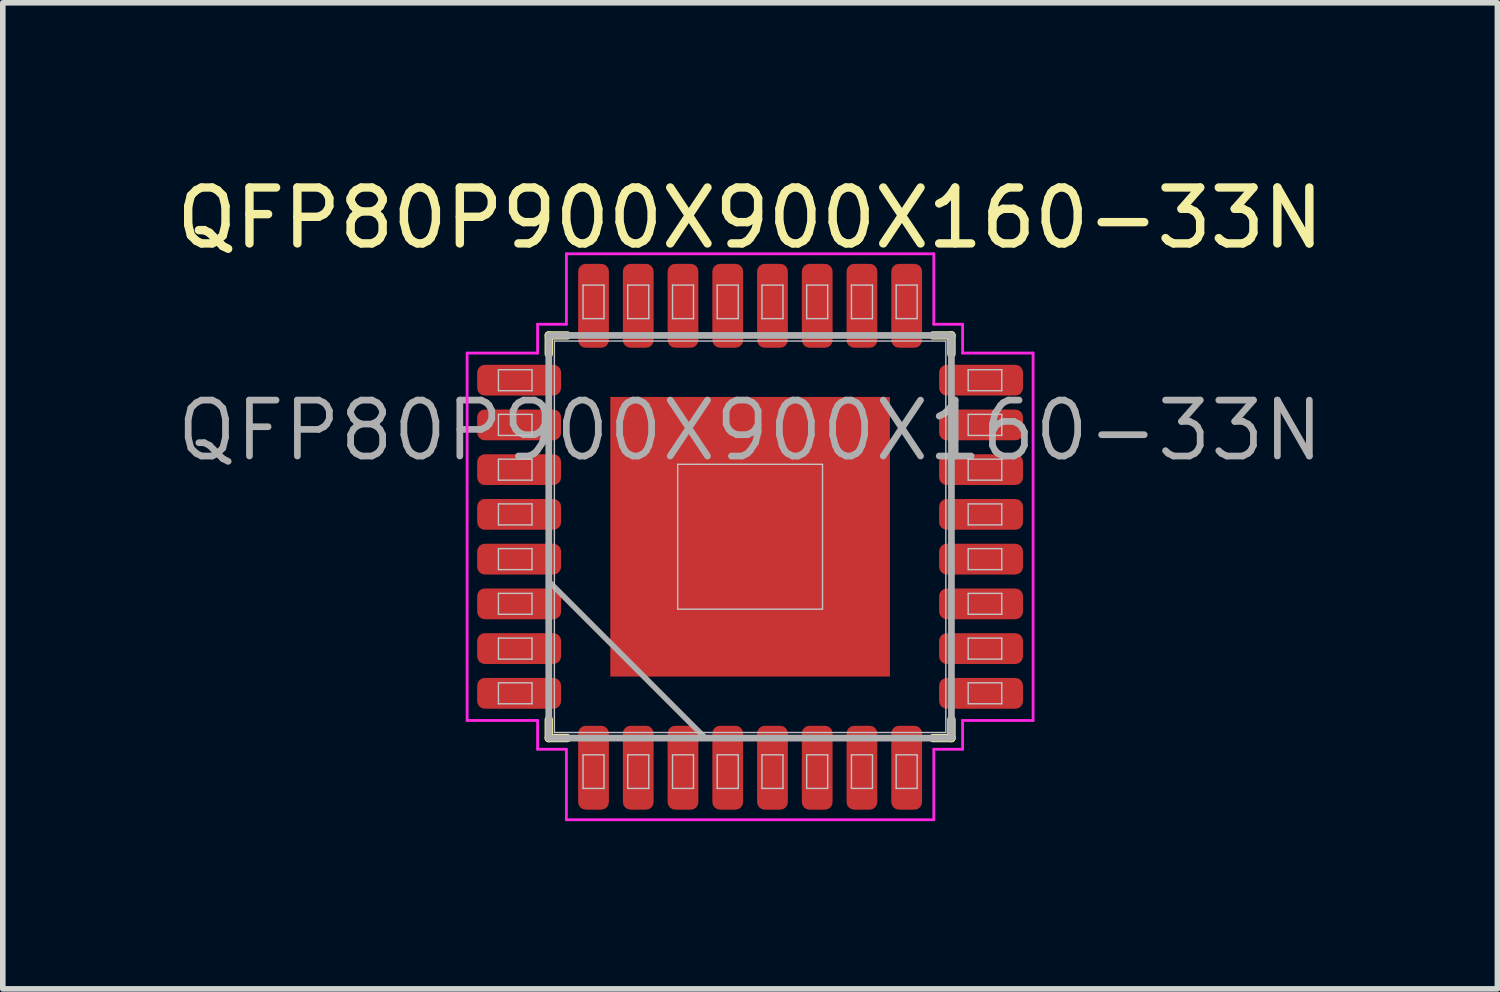
<source format=kicad_pcb>
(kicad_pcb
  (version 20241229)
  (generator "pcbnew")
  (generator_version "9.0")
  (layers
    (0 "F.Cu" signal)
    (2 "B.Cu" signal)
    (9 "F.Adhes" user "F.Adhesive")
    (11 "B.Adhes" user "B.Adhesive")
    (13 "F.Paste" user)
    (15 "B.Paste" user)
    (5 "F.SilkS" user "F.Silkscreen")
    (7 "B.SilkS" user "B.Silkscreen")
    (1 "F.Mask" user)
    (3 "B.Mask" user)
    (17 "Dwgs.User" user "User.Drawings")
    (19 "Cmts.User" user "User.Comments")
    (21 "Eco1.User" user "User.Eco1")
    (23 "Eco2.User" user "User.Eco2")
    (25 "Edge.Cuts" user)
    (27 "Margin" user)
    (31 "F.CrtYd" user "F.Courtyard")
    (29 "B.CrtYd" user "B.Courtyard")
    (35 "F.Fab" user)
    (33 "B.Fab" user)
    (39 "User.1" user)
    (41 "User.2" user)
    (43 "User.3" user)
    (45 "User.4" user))
  (footprint "QFP80P900X900X160-33N"
    (layer "F.Cu")
    (at 10.363 6.548)
    (property "Reference" "QFP80P900X900X160-33N" (at 0 -5.7 0) (layer "F.SilkS") (effects (font (size 1 1) (thickness 0.15))))
    (attr smd)
    (fp_line (start -3.6 -3.6) (end -3.6 -3.27) (stroke (width 0.15) (type solid)) (layer "F.SilkS"))
    (fp_line (start -3.6 3.6) (end -3.6 3.27) (stroke (width 0.15) (type solid)) (layer "F.SilkS"))
    (fp_line (start -3.27 -3.6) (end -3.6 -3.6) (stroke (width 0.15) (type solid)) (layer "F.SilkS"))
    (fp_line (start -3.27 3.6) (end -3.6 3.6) (stroke (width 0.15) (type solid)) (layer "F.SilkS"))
    (fp_line (start 3.27 -3.6) (end 3.6 -3.6) (stroke (width 0.15) (type solid)) (layer "F.SilkS"))
    (fp_line (start 3.27 3.6) (end 3.6 3.6) (stroke (width 0.15) (type solid)) (layer "F.SilkS"))
    (fp_line (start 3.6 -3.6) (end 3.6 -3.27) (stroke (width 0.15) (type solid)) (layer "F.SilkS"))
    (fp_line (start 3.6 3.6) (end 3.6 3.27) (stroke (width 0.15) (type solid)) (layer "F.SilkS"))
    (fp_line (start -4.5 -2.987) (end -3.9 -2.987) (stroke (width 0.025) (type solid)) (layer "Dwgs.User"))
    (fp_line (start -4.5 -2.612) (end -4.5 -2.987) (stroke (width 0.025) (type solid)) (layer "Dwgs.User"))
    (fp_line (start -4.5 -2.188) (end -3.9 -2.188) (stroke (width 0.025) (type solid)) (layer "Dwgs.User"))
    (fp_line (start -4.5 -1.812) (end -4.5 -2.188) (stroke (width 0.025) (type solid)) (layer "Dwgs.User"))
    (fp_line (start -4.5 -1.387) (end -3.9 -1.387) (stroke (width 0.025) (type solid)) (layer "Dwgs.User"))
    (fp_line (start -4.5 -1.012) (end -4.5 -1.387) (stroke (width 0.025) (type solid)) (layer "Dwgs.User"))
    (fp_line (start -4.5 -0.588) (end -3.9 -0.588) (stroke (width 0.025) (type solid)) (layer "Dwgs.User"))
    (fp_line (start -4.5 -0.212) (end -4.5 -0.588) (stroke (width 0.025) (type solid)) (layer "Dwgs.User"))
    (fp_line (start -4.5 0.212) (end -3.9 0.212) (stroke (width 0.025) (type solid)) (layer "Dwgs.User"))
    (fp_line (start -4.5 0.588) (end -4.5 0.212) (stroke (width 0.025) (type solid)) (layer "Dwgs.User"))
    (fp_line (start -4.5 1.012) (end -3.9 1.012) (stroke (width 0.025) (type solid)) (layer "Dwgs.User"))
    (fp_line (start -4.5 1.387) (end -4.5 1.012) (stroke (width 0.025) (type solid)) (layer "Dwgs.User"))
    (fp_line (start -4.5 1.812) (end -3.9 1.812) (stroke (width 0.025) (type solid)) (layer "Dwgs.User"))
    (fp_line (start -4.5 2.188) (end -4.5 1.812) (stroke (width 0.025) (type solid)) (layer "Dwgs.User"))
    (fp_line (start -4.5 2.612) (end -3.9 2.612) (stroke (width 0.025) (type solid)) (layer "Dwgs.User"))
    (fp_line (start -4.5 2.987) (end -4.5 2.612) (stroke (width 0.025) (type solid)) (layer "Dwgs.User"))
    (fp_line (start -3.9 -2.987) (end -3.9 -2.612) (stroke (width 0.025) (type solid)) (layer "Dwgs.User"))
    (fp_line (start -3.9 -2.612) (end -4.5 -2.612) (stroke (width 0.025) (type solid)) (layer "Dwgs.User"))
    (fp_line (start -3.9 -2.188) (end -3.9 -1.812) (stroke (width 0.025) (type solid)) (layer "Dwgs.User"))
    (fp_line (start -3.9 -1.812) (end -4.5 -1.812) (stroke (width 0.025) (type solid)) (layer "Dwgs.User"))
    (fp_line (start -3.9 -1.387) (end -3.9 -1.012) (stroke (width 0.025) (type solid)) (layer "Dwgs.User"))
    (fp_line (start -3.9 -1.012) (end -4.5 -1.012) (stroke (width 0.025) (type solid)) (layer "Dwgs.User"))
    (fp_line (start -3.9 -0.588) (end -3.9 -0.212) (stroke (width 0.025) (type solid)) (layer "Dwgs.User"))
    (fp_line (start -3.9 -0.212) (end -4.5 -0.212) (stroke (width 0.025) (type solid)) (layer "Dwgs.User"))
    (fp_line (start -3.9 0.212) (end -3.9 0.588) (stroke (width 0.025) (type solid)) (layer "Dwgs.User"))
    (fp_line (start -3.9 0.588) (end -4.5 0.588) (stroke (width 0.025) (type solid)) (layer "Dwgs.User"))
    (fp_line (start -3.9 1.012) (end -3.9 1.387) (stroke (width 0.025) (type solid)) (layer "Dwgs.User"))
    (fp_line (start -3.9 1.387) (end -4.5 1.387) (stroke (width 0.025) (type solid)) (layer "Dwgs.User"))
    (fp_line (start -3.9 1.812) (end -3.9 2.188) (stroke (width 0.025) (type solid)) (layer "Dwgs.User"))
    (fp_line (start -3.9 2.188) (end -4.5 2.188) (stroke (width 0.025) (type solid)) (layer "Dwgs.User"))
    (fp_line (start -3.9 2.612) (end -3.9 2.987) (stroke (width 0.025) (type solid)) (layer "Dwgs.User"))
    (fp_line (start -3.9 2.987) (end -4.5 2.987) (stroke (width 0.025) (type solid)) (layer "Dwgs.User"))
    (fp_line (start -3.5 -3.5) (end 3.5 -3.5) (stroke (width 0.025) (type solid)) (layer "Dwgs.User"))
    (fp_line (start -3.5 3.5) (end -3.5 -3.5) (stroke (width 0.025) (type solid)) (layer "Dwgs.User"))
    (fp_line (start -2.987 -4.5) (end -2.612 -4.5) (stroke (width 0.025) (type solid)) (layer "Dwgs.User"))
    (fp_line (start -2.987 -3.9) (end -2.987 -4.5) (stroke (width 0.025) (type solid)) (layer "Dwgs.User"))
    (fp_line (start -2.987 3.9) (end -2.612 3.9) (stroke (width 0.025) (type solid)) (layer "Dwgs.User"))
    (fp_line (start -2.987 4.5) (end -2.987 3.9) (stroke (width 0.025) (type solid)) (layer "Dwgs.User"))
    (fp_line (start -2.612 -4.5) (end -2.612 -3.9) (stroke (width 0.025) (type solid)) (layer "Dwgs.User"))
    (fp_line (start -2.612 -3.9) (end -2.987 -3.9) (stroke (width 0.025) (type solid)) (layer "Dwgs.User"))
    (fp_line (start -2.612 3.9) (end -2.612 4.5) (stroke (width 0.025) (type solid)) (layer "Dwgs.User"))
    (fp_line (start -2.612 4.5) (end -2.987 4.5) (stroke (width 0.025) (type solid)) (layer "Dwgs.User"))
    (fp_line (start -2.188 -4.5) (end -1.812 -4.5) (stroke (width 0.025) (type solid)) (layer "Dwgs.User"))
    (fp_line (start -2.188 -3.9) (end -2.188 -4.5) (stroke (width 0.025) (type solid)) (layer "Dwgs.User"))
    (fp_line (start -2.188 3.9) (end -1.812 3.9) (stroke (width 0.025) (type solid)) (layer "Dwgs.User"))
    (fp_line (start -2.188 4.5) (end -2.188 3.9) (stroke (width 0.025) (type solid)) (layer "Dwgs.User"))
    (fp_line (start -1.812 -4.5) (end -1.812 -3.9) (stroke (width 0.025) (type solid)) (layer "Dwgs.User"))
    (fp_line (start -1.812 -3.9) (end -2.188 -3.9) (stroke (width 0.025) (type solid)) (layer "Dwgs.User"))
    (fp_line (start -1.812 3.9) (end -1.812 4.5) (stroke (width 0.025) (type solid)) (layer "Dwgs.User"))
    (fp_line (start -1.812 4.5) (end -2.188 4.5) (stroke (width 0.025) (type solid)) (layer "Dwgs.User"))
    (fp_line (start -1.387 -4.5) (end -1.012 -4.5) (stroke (width 0.025) (type solid)) (layer "Dwgs.User"))
    (fp_line (start -1.387 -3.9) (end -1.387 -4.5) (stroke (width 0.025) (type solid)) (layer "Dwgs.User"))
    (fp_line (start -1.387 3.9) (end -1.012 3.9) (stroke (width 0.025) (type solid)) (layer "Dwgs.User"))
    (fp_line (start -1.387 4.5) (end -1.387 3.9) (stroke (width 0.025) (type solid)) (layer "Dwgs.User"))
    (fp_line (start -1.295 -1.295) (end 1.295 -1.295) (stroke (width 0.025) (type solid)) (layer "Dwgs.User"))
    (fp_line (start -1.295 1.295) (end -1.295 -1.295) (stroke (width 0.025) (type solid)) (layer "Dwgs.User"))
    (fp_line (start -1.012 -4.5) (end -1.012 -3.9) (stroke (width 0.025) (type solid)) (layer "Dwgs.User"))
    (fp_line (start -1.012 -3.9) (end -1.387 -3.9) (stroke (width 0.025) (type solid)) (layer "Dwgs.User"))
    (fp_line (start -1.012 3.9) (end -1.012 4.5) (stroke (width 0.025) (type solid)) (layer "Dwgs.User"))
    (fp_line (start -1.012 4.5) (end -1.387 4.5) (stroke (width 0.025) (type solid)) (layer "Dwgs.User"))
    (fp_line (start -0.588 -4.5) (end -0.212 -4.5) (stroke (width 0.025) (type solid)) (layer "Dwgs.User"))
    (fp_line (start -0.588 -3.9) (end -0.588 -4.5) (stroke (width 0.025) (type solid)) (layer "Dwgs.User"))
    (fp_line (start -0.588 3.9) (end -0.212 3.9) (stroke (width 0.025) (type solid)) (layer "Dwgs.User"))
    (fp_line (start -0.588 4.5) (end -0.588 3.9) (stroke (width 0.025) (type solid)) (layer "Dwgs.User"))
    (fp_line (start -0.212 -4.5) (end -0.212 -3.9) (stroke (width 0.025) (type solid)) (layer "Dwgs.User"))
    (fp_line (start -0.212 -3.9) (end -0.588 -3.9) (stroke (width 0.025) (type solid)) (layer "Dwgs.User"))
    (fp_line (start -0.212 3.9) (end -0.212 4.5) (stroke (width 0.025) (type solid)) (layer "Dwgs.User"))
    (fp_line (start -0.212 4.5) (end -0.588 4.5) (stroke (width 0.025) (type solid)) (layer "Dwgs.User"))
    (fp_line (start 0.212 -4.5) (end 0.588 -4.5) (stroke (width 0.025) (type solid)) (layer "Dwgs.User"))
    (fp_line (start 0.212 -3.9) (end 0.212 -4.5) (stroke (width 0.025) (type solid)) (layer "Dwgs.User"))
    (fp_line (start 0.212 3.9) (end 0.588 3.9) (stroke (width 0.025) (type solid)) (layer "Dwgs.User"))
    (fp_line (start 0.212 4.5) (end 0.212 3.9) (stroke (width 0.025) (type solid)) (layer "Dwgs.User"))
    (fp_line (start 0.588 -4.5) (end 0.588 -3.9) (stroke (width 0.025) (type solid)) (layer "Dwgs.User"))
    (fp_line (start 0.588 -3.9) (end 0.212 -3.9) (stroke (width 0.025) (type solid)) (layer "Dwgs.User"))
    (fp_line (start 0.588 3.9) (end 0.588 4.5) (stroke (width 0.025) (type solid)) (layer "Dwgs.User"))
    (fp_line (start 0.588 4.5) (end 0.212 4.5) (stroke (width 0.025) (type solid)) (layer "Dwgs.User"))
    (fp_line (start 1.012 -4.5) (end 1.387 -4.5) (stroke (width 0.025) (type solid)) (layer "Dwgs.User"))
    (fp_line (start 1.012 -3.9) (end 1.012 -4.5) (stroke (width 0.025) (type solid)) (layer "Dwgs.User"))
    (fp_line (start 1.012 3.9) (end 1.387 3.9) (stroke (width 0.025) (type solid)) (layer "Dwgs.User"))
    (fp_line (start 1.012 4.5) (end 1.012 3.9) (stroke (width 0.025) (type solid)) (layer "Dwgs.User"))
    (fp_line (start 1.295 -1.295) (end 1.295 1.295) (stroke (width 0.025) (type solid)) (layer "Dwgs.User"))
    (fp_line (start 1.295 1.295) (end -1.295 1.295) (stroke (width 0.025) (type solid)) (layer "Dwgs.User"))
    (fp_line (start 1.387 -4.5) (end 1.387 -3.9) (stroke (width 0.025) (type solid)) (layer "Dwgs.User"))
    (fp_line (start 1.387 -3.9) (end 1.012 -3.9) (stroke (width 0.025) (type solid)) (layer "Dwgs.User"))
    (fp_line (start 1.387 3.9) (end 1.387 4.5) (stroke (width 0.025) (type solid)) (layer "Dwgs.User"))
    (fp_line (start 1.387 4.5) (end 1.012 4.5) (stroke (width 0.025) (type solid)) (layer "Dwgs.User"))
    (fp_line (start 1.812 -4.5) (end 2.188 -4.5) (stroke (width 0.025) (type solid)) (layer "Dwgs.User"))
    (fp_line (start 1.812 -3.9) (end 1.812 -4.5) (stroke (width 0.025) (type solid)) (layer "Dwgs.User"))
    (fp_line (start 1.812 3.9) (end 2.188 3.9) (stroke (width 0.025) (type solid)) (layer "Dwgs.User"))
    (fp_line (start 1.812 4.5) (end 1.812 3.9) (stroke (width 0.025) (type solid)) (layer "Dwgs.User"))
    (fp_line (start 2.188 -4.5) (end 2.188 -3.9) (stroke (width 0.025) (type solid)) (layer "Dwgs.User"))
    (fp_line (start 2.188 -3.9) (end 1.812 -3.9) (stroke (width 0.025) (type solid)) (layer "Dwgs.User"))
    (fp_line (start 2.188 3.9) (end 2.188 4.5) (stroke (width 0.025) (type solid)) (layer "Dwgs.User"))
    (fp_line (start 2.188 4.5) (end 1.812 4.5) (stroke (width 0.025) (type solid)) (layer "Dwgs.User"))
    (fp_line (start 2.612 -4.5) (end 2.987 -4.5) (stroke (width 0.025) (type solid)) (layer "Dwgs.User"))
    (fp_line (start 2.612 -3.9) (end 2.612 -4.5) (stroke (width 0.025) (type solid)) (layer "Dwgs.User"))
    (fp_line (start 2.612 3.9) (end 2.987 3.9) (stroke (width 0.025) (type solid)) (layer "Dwgs.User"))
    (fp_line (start 2.612 4.5) (end 2.612 3.9) (stroke (width 0.025) (type solid)) (layer "Dwgs.User"))
    (fp_line (start 2.987 -4.5) (end 2.987 -3.9) (stroke (width 0.025) (type solid)) (layer "Dwgs.User"))
    (fp_line (start 2.987 -3.9) (end 2.612 -3.9) (stroke (width 0.025) (type solid)) (layer "Dwgs.User"))
    (fp_line (start 2.987 3.9) (end 2.987 4.5) (stroke (width 0.025) (type solid)) (layer "Dwgs.User"))
    (fp_line (start 2.987 4.5) (end 2.612 4.5) (stroke (width 0.025) (type solid)) (layer "Dwgs.User"))
    (fp_line (start 3.5 -3.5) (end 3.5 3.5) (stroke (width 0.025) (type solid)) (layer "Dwgs.User"))
    (fp_line (start 3.5 3.5) (end -3.5 3.5) (stroke (width 0.025) (type solid)) (layer "Dwgs.User"))
    (fp_line (start 3.9 -2.987) (end 4.5 -2.987) (stroke (width 0.025) (type solid)) (layer "Dwgs.User"))
    (fp_line (start 3.9 -2.612) (end 3.9 -2.987) (stroke (width 0.025) (type solid)) (layer "Dwgs.User"))
    (fp_line (start 3.9 -2.188) (end 4.5 -2.188) (stroke (width 0.025) (type solid)) (layer "Dwgs.User"))
    (fp_line (start 3.9 -1.812) (end 3.9 -2.188) (stroke (width 0.025) (type solid)) (layer "Dwgs.User"))
    (fp_line (start 3.9 -1.387) (end 4.5 -1.387) (stroke (width 0.025) (type solid)) (layer "Dwgs.User"))
    (fp_line (start 3.9 -1.012) (end 3.9 -1.387) (stroke (width 0.025) (type solid)) (layer "Dwgs.User"))
    (fp_line (start 3.9 -0.588) (end 4.5 -0.588) (stroke (width 0.025) (type solid)) (layer "Dwgs.User"))
    (fp_line (start 3.9 -0.212) (end 3.9 -0.588) (stroke (width 0.025) (type solid)) (layer "Dwgs.User"))
    (fp_line (start 3.9 0.212) (end 4.5 0.212) (stroke (width 0.025) (type solid)) (layer "Dwgs.User"))
    (fp_line (start 3.9 0.588) (end 3.9 0.212) (stroke (width 0.025) (type solid)) (layer "Dwgs.User"))
    (fp_line (start 3.9 1.012) (end 4.5 1.012) (stroke (width 0.025) (type solid)) (layer "Dwgs.User"))
    (fp_line (start 3.9 1.387) (end 3.9 1.012) (stroke (width 0.025) (type solid)) (layer "Dwgs.User"))
    (fp_line (start 3.9 1.812) (end 4.5 1.812) (stroke (width 0.025) (type solid)) (layer "Dwgs.User"))
    (fp_line (start 3.9 2.188) (end 3.9 1.812) (stroke (width 0.025) (type solid)) (layer "Dwgs.User"))
    (fp_line (start 3.9 2.612) (end 4.5 2.612) (stroke (width 0.025) (type solid)) (layer "Dwgs.User"))
    (fp_line (start 3.9 2.987) (end 3.9 2.612) (stroke (width 0.025) (type solid)) (layer "Dwgs.User"))
    (fp_line (start 4.5 -2.987) (end 4.5 -2.612) (stroke (width 0.025) (type solid)) (layer "Dwgs.User"))
    (fp_line (start 4.5 -2.612) (end 3.9 -2.612) (stroke (width 0.025) (type solid)) (layer "Dwgs.User"))
    (fp_line (start 4.5 -2.188) (end 4.5 -1.812) (stroke (width 0.025) (type solid)) (layer "Dwgs.User"))
    (fp_line (start 4.5 -1.812) (end 3.9 -1.812) (stroke (width 0.025) (type solid)) (layer "Dwgs.User"))
    (fp_line (start 4.5 -1.387) (end 4.5 -1.012) (stroke (width 0.025) (type solid)) (layer "Dwgs.User"))
    (fp_line (start 4.5 -1.012) (end 3.9 -1.012) (stroke (width 0.025) (type solid)) (layer "Dwgs.User"))
    (fp_line (start 4.5 -0.588) (end 4.5 -0.212) (stroke (width 0.025) (type solid)) (layer "Dwgs.User"))
    (fp_line (start 4.5 -0.212) (end 3.9 -0.212) (stroke (width 0.025) (type solid)) (layer "Dwgs.User"))
    (fp_line (start 4.5 0.212) (end 4.5 0.588) (stroke (width 0.025) (type solid)) (layer "Dwgs.User"))
    (fp_line (start 4.5 0.588) (end 3.9 0.588) (stroke (width 0.025) (type solid)) (layer "Dwgs.User"))
    (fp_line (start 4.5 1.012) (end 4.5 1.387) (stroke (width 0.025) (type solid)) (layer "Dwgs.User"))
    (fp_line (start 4.5 1.387) (end 3.9 1.387) (stroke (width 0.025) (type solid)) (layer "Dwgs.User"))
    (fp_line (start 4.5 1.812) (end 4.5 2.188) (stroke (width 0.025) (type solid)) (layer "Dwgs.User"))
    (fp_line (start 4.5 2.188) (end 3.9 2.188) (stroke (width 0.025) (type solid)) (layer "Dwgs.User"))
    (fp_line (start 4.5 2.612) (end 4.5 2.987) (stroke (width 0.025) (type solid)) (layer "Dwgs.User"))
    (fp_line (start 4.5 2.987) (end 3.9 2.987) (stroke (width 0.025) (type solid)) (layer "Dwgs.User"))
    (fp_line (start -5.06 -3.285) (end -5.06 3.285) (stroke (width 0.05) (type solid)) (layer "F.CrtYd"))
    (fp_line (start -5.06 3.285) (end -3.8 3.285) (stroke (width 0.05) (type solid)) (layer "F.CrtYd"))
    (fp_line (start -3.8 -3.8) (end -3.8 -3.285) (stroke (width 0.05) (type solid)) (layer "F.CrtYd"))
    (fp_line (start -3.8 -3.285) (end -5.06 -3.285) (stroke (width 0.05) (type solid)) (layer "F.CrtYd"))
    (fp_line (start -3.8 3.285) (end -3.8 3.8) (stroke (width 0.05) (type solid)) (layer "F.CrtYd"))
    (fp_line (start -3.8 3.8) (end -3.285 3.8) (stroke (width 0.05) (type solid)) (layer "F.CrtYd"))
    (fp_line (start -3.285 -5.06) (end -3.285 -3.8) (stroke (width 0.05) (type solid)) (layer "F.CrtYd"))
    (fp_line (start -3.285 -3.8) (end -3.8 -3.8) (stroke (width 0.05) (type solid)) (layer "F.CrtYd"))
    (fp_line (start -3.285 3.8) (end -3.285 5.06) (stroke (width 0.05) (type solid)) (layer "F.CrtYd"))
    (fp_line (start -3.285 5.06) (end 3.285 5.06) (stroke (width 0.05) (type solid)) (layer "F.CrtYd"))
    (fp_line (start 3.285 -5.06) (end -3.285 -5.06) (stroke (width 0.05) (type solid)) (layer "F.CrtYd"))
    (fp_line (start 3.285 -3.8) (end 3.285 -5.06) (stroke (width 0.05) (type solid)) (layer "F.CrtYd"))
    (fp_line (start 3.285 3.8) (end 3.8 3.8) (stroke (width 0.05) (type solid)) (layer "F.CrtYd"))
    (fp_line (start 3.285 5.06) (end 3.285 3.8) (stroke (width 0.05) (type solid)) (layer "F.CrtYd"))
    (fp_line (start 3.8 -3.8) (end 3.285 -3.8) (stroke (width 0.05) (type solid)) (layer "F.CrtYd"))
    (fp_line (start 3.8 -3.285) (end 3.8 -3.8) (stroke (width 0.05) (type solid)) (layer "F.CrtYd"))
    (fp_line (start 3.8 3.285) (end 5.06 3.285) (stroke (width 0.05) (type solid)) (layer "F.CrtYd"))
    (fp_line (start 3.8 3.8) (end 3.8 3.285) (stroke (width 0.05) (type solid)) (layer "F.CrtYd"))
    (fp_line (start 5.06 -3.285) (end 3.8 -3.285) (stroke (width 0.05) (type solid)) (layer "F.CrtYd"))
    (fp_line (start 5.06 3.285) (end 5.06 -3.285) (stroke (width 0.05) (type solid)) (layer "F.CrtYd"))
    (fp_line (start -3.6 -3.6) (end 3.6 -3.6) (stroke (width 0.12) (type solid)) (layer "F.Fab"))
    (fp_line (start -3.6 3.6) (end -3.6 -3.6) (stroke (width 0.12) (type solid)) (layer "F.Fab"))
    (fp_line (start 3.6 -3.6) (end 3.6 3.6) (stroke (width 0.12) (type solid)) (layer "F.Fab"))
    (fp_line (start 3.6 3.6) (end -3.6 3.6) (stroke (width 0.12) (type solid)) (layer "F.Fab"))
    (fp_poly (pts (xy -0.8 3.6) (xy -3.6 3.6) (xy -3.6 0.8)) (stroke (width 0.1) (type solid)) (fill no) (layer "F.Fab"))
    (fp_text user "${REFERENCE}" (at 0 -1.9 0) (layer "F.Fab") (effects (font (size 1 1) (thickness 0.12))))
    (pad "1" smd roundrect (at -2.8 4.13 90) (size 1.5 0.55) (layers "F.Cu" "F.Mask" "F.Paste") (roundrect_rratio 0.246))
    (pad "2" smd roundrect (at -2 4.13 90) (size 1.5 0.55) (layers "F.Cu" "F.Mask" "F.Paste") (roundrect_rratio 0.246))
    (pad "3" smd roundrect (at -1.2 4.13 90) (size 1.5 0.55) (layers "F.Cu" "F.Mask" "F.Paste") (roundrect_rratio 0.246))
    (pad "4" smd roundrect (at -0.4 4.13 90) (size 1.5 0.55) (layers "F.Cu" "F.Mask" "F.Paste") (roundrect_rratio 0.246))
    (pad "5" smd roundrect (at 0.4 4.13 90) (size 1.5 0.55) (layers "F.Cu" "F.Mask" "F.Paste") (roundrect_rratio 0.246))
    (pad "6" smd roundrect (at 1.2 4.13 90) (size 1.5 0.55) (layers "F.Cu" "F.Mask" "F.Paste") (roundrect_rratio 0.246))
    (pad "7" smd roundrect (at 2 4.13 90) (size 1.5 0.55) (layers "F.Cu" "F.Mask" "F.Paste") (roundrect_rratio 0.246))
    (pad "8" smd roundrect (at 2.8 4.13 90) (size 1.5 0.55) (layers "F.Cu" "F.Mask" "F.Paste") (roundrect_rratio 0.246))
    (pad "9" smd roundrect (at 4.13 2.8) (size 1.5 0.55) (layers "F.Cu" "F.Mask" "F.Paste") (roundrect_rratio 0.246))
    (pad "10" smd roundrect (at 4.13 2) (size 1.5 0.55) (layers "F.Cu" "F.Mask" "F.Paste") (roundrect_rratio 0.246))
    (pad "11" smd roundrect (at 4.13 1.2) (size 1.5 0.55) (layers "F.Cu" "F.Mask" "F.Paste") (roundrect_rratio 0.246))
    (pad "12" smd roundrect (at 4.13 0.4) (size 1.5 0.55) (layers "F.Cu" "F.Mask" "F.Paste") (roundrect_rratio 0.246))
    (pad "13" smd roundrect (at 4.13 -0.4) (size 1.5 0.55) (layers "F.Cu" "F.Mask" "F.Paste") (roundrect_rratio 0.246))
    (pad "14" smd roundrect (at 4.13 -1.2) (size 1.5 0.55) (layers "F.Cu" "F.Mask" "F.Paste") (roundrect_rratio 0.246))
    (pad "15" smd roundrect (at 4.13 -2) (size 1.5 0.55) (layers "F.Cu" "F.Mask" "F.Paste") (roundrect_rratio 0.246))
    (pad "16" smd roundrect (at 4.13 -2.8) (size 1.5 0.55) (layers "F.Cu" "F.Mask" "F.Paste") (roundrect_rratio 0.246))
    (pad "17" smd roundrect (at 2.8 -4.13 90) (size 1.5 0.55) (layers "F.Cu" "F.Mask" "F.Paste") (roundrect_rratio 0.246))
    (pad "18" smd roundrect (at 2 -4.13 90) (size 1.5 0.55) (layers "F.Cu" "F.Mask" "F.Paste") (roundrect_rratio 0.246))
    (pad "19" smd roundrect (at 1.2 -4.13 90) (size 1.5 0.55) (layers "F.Cu" "F.Mask" "F.Paste") (roundrect_rratio 0.246))
    (pad "20" smd roundrect (at 0.4 -4.13 90) (size 1.5 0.55) (layers "F.Cu" "F.Mask" "F.Paste") (roundrect_rratio 0.246))
    (pad "21" smd roundrect (at -0.4 -4.13 90) (size 1.5 0.55) (layers "F.Cu" "F.Mask" "F.Paste") (roundrect_rratio 0.246))
    (pad "22" smd roundrect (at -1.2 -4.13 90) (size 1.5 0.55) (layers "F.Cu" "F.Mask" "F.Paste") (roundrect_rratio 0.246))
    (pad "23" smd roundrect (at -2 -4.13 90) (size 1.5 0.55) (layers "F.Cu" "F.Mask" "F.Paste") (roundrect_rratio 0.246))
    (pad "24" smd roundrect (at -2.8 -4.13 90) (size 1.5 0.55) (layers "F.Cu" "F.Mask" "F.Paste") (roundrect_rratio 0.246))
    (pad "25" smd roundrect (at -4.13 -2.8) (size 1.5 0.55) (layers "F.Cu" "F.Mask" "F.Paste") (roundrect_rratio 0.246))
    (pad "26" smd roundrect (at -4.13 -2) (size 1.5 0.55) (layers "F.Cu" "F.Mask" "F.Paste") (roundrect_rratio 0.246))
    (pad "27" smd roundrect (at -4.13 -1.2) (size 1.5 0.55) (layers "F.Cu" "F.Mask" "F.Paste") (roundrect_rratio 0.246))
    (pad "28" smd roundrect (at -4.13 -0.4) (size 1.5 0.55) (layers "F.Cu" "F.Mask" "F.Paste") (roundrect_rratio 0.246))
    (pad "29" smd roundrect (at -4.13 0.4) (size 1.5 0.55) (layers "F.Cu" "F.Mask" "F.Paste") (roundrect_rratio 0.246))
    (pad "30" smd roundrect (at -4.13 1.2) (size 1.5 0.55) (layers "F.Cu" "F.Mask" "F.Paste") (roundrect_rratio 0.246))
    (pad "31" smd roundrect (at -4.13 2) (size 1.5 0.55) (layers "F.Cu" "F.Mask" "F.Paste") (roundrect_rratio 0.246))
    (pad "32" smd roundrect (at -4.13 2.8) (size 1.5 0.55) (layers "F.Cu" "F.Mask" "F.Paste") (roundrect_rratio 0.246))
    (pad "33" smd rect (at 0 0) (size 5 5) (layers "F.Cu" "F.Mask" "F.Paste")))
  (gr_rect
    (start -3 -3)
    (end 23.726 14.633)
    (stroke (width 0.1) (type default))
    (fill no)
    (layer "Edge.Cuts")))
</source>
